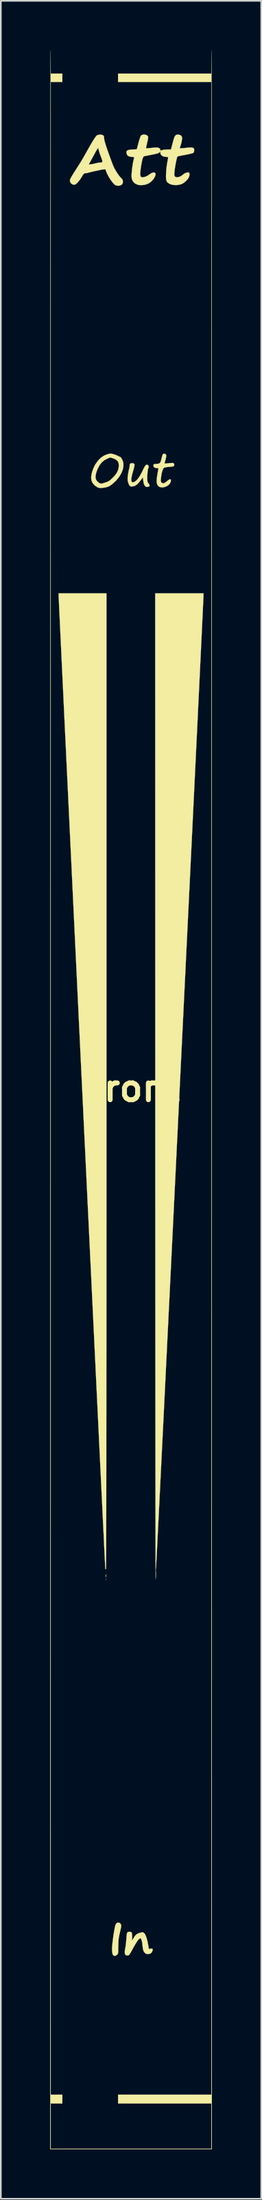
<source format=kicad_pcb>
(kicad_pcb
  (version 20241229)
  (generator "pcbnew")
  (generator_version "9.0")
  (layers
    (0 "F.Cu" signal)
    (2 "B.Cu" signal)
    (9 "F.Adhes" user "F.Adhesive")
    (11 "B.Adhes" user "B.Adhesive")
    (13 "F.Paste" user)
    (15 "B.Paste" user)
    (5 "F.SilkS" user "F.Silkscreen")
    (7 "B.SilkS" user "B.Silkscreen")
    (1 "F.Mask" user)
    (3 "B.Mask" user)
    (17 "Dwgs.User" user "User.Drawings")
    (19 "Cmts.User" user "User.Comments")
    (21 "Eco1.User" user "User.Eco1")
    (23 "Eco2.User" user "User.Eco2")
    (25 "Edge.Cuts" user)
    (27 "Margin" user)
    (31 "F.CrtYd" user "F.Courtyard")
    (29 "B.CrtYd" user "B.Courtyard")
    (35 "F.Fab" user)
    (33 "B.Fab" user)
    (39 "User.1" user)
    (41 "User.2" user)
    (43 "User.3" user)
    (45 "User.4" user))
  (footprint "Front"
    (layer "F.Cu")
    (at 4.916 62.906)
    (property "Reference" "Front" (at 0 0 0) (layer "F.SilkS") (effects (font (size 1.524 1.524) (thickness 0.3))))
    (attr through_hole)
    (fp_poly (pts (xy -1.496 29.76) (xy -1.51 29.774) (xy -1.524 29.76) (xy -1.51 29.746) (xy -1.496 29.76)) (stroke (width 0.01) (type solid)) (fill yes) (layer "F.SilkS"))
    (fp_poly (pts (xy -1.532 29.471) (xy -1.527 29.555) (xy -1.532 29.613) (xy -1.539 29.624) (xy -1.543 29.587) (xy -1.544 29.535) (xy -1.542 29.471) (xy -1.537 29.452) (xy -1.532 29.471)) (stroke (width 0.01) (type solid)) (fill yes) (layer "F.SilkS"))
    (fp_poly (pts (xy -0.703 50.573) (xy -0.637 50.631) (xy -0.618 50.666) (xy -0.604 50.711) (xy -0.6 50.763) (xy -0.607 50.834) (xy -0.627 50.935) (xy -0.657 51.066) (xy -0.7 51.25) (xy -0.731 51.398) (xy -0.752 51.525) (xy -0.765 51.649) (xy -0.773 51.788) (xy -0.776 51.958) (xy -0.777 52.039) (xy -0.779 52.198) (xy -0.782 52.311) (xy -0.788 52.387) (xy -0.798 52.436) (xy -0.815 52.47) (xy -0.84 52.496) (xy -0.858 52.512) (xy -0.95 52.57) (xy -1.029 52.574) (xy -1.091 52.526) (xy -1.116 52.48) (xy -1.138 52.4) (xy -1.152 52.29) (xy -1.157 52.187) (xy -1.153 52.063) (xy -1.14 51.906) (xy -1.121 51.726) (xy -1.097 51.532) (xy -1.069 51.335) (xy -1.039 51.145) (xy -1.008 50.972) (xy -0.979 50.825) (xy -0.952 50.716) (xy -0.93 50.656) (xy -0.866 50.584) (xy -0.785 50.557) (xy -0.703 50.573)) (stroke (width 0.01) (type solid)) (fill yes) (layer "F.SilkS"))
    (fp_poly (pts (xy -0.006 51.13) (xy 0.031 51.156) (xy 0.054 51.214) (xy 0.065 51.321) (xy 0.065 51.429) (xy 0.061 51.655) (xy 0.146 51.506) (xy 0.206 51.412) (xy 0.269 51.329) (xy 0.306 51.29) (xy 0.382 51.241) (xy 0.484 51.196) (xy 0.591 51.163) (xy 0.685 51.148) (xy 0.733 51.152) (xy 0.806 51.204) (xy 0.874 51.31) (xy 0.937 51.47) (xy 0.995 51.681) (xy 1.046 51.941) (xy 1.048 51.952) (xy 1.082 52.158) (xy 1.187 52.14) (xy 1.272 52.136) (xy 1.312 52.162) (xy 1.313 52.226) (xy 1.298 52.282) (xy 1.242 52.386) (xy 1.154 52.446) (xy 1.028 52.465) (xy 1.025 52.465) (xy 0.931 52.455) (xy 0.863 52.416) (xy 0.834 52.388) (xy 0.781 52.319) (xy 0.743 52.238) (xy 0.718 52.132) (xy 0.7 51.988) (xy 0.694 51.922) (xy 0.679 51.794) (xy 0.656 51.677) (xy 0.628 51.582) (xy 0.599 51.521) (xy 0.577 51.506) (xy 0.544 51.52) (xy 0.487 51.557) (xy 0.481 51.561) (xy 0.438 51.602) (xy 0.383 51.674) (xy 0.313 51.782) (xy 0.225 51.929) (xy 0.117 52.12) (xy 0.001 52.331) (xy -0.064 52.444) (xy -0.117 52.513) (xy -0.169 52.545) (xy -0.232 52.548) (xy -0.315 52.531) (xy -0.357 52.492) (xy -0.38 52.411) (xy -0.382 52.296) (xy -0.362 52.159) (xy -0.354 52.125) (xy -0.335 52.024) (xy -0.317 51.886) (xy -0.3 51.728) (xy -0.287 51.571) (xy -0.274 51.399) (xy -0.258 51.268) (xy -0.24 51.183) (xy -0.227 51.155) (xy -0.168 51.121) (xy -0.085 51.112) (xy -0.006 51.13)) (stroke (width 0.01) (type solid)) (fill yes) (layer "F.SilkS"))
    (fp_poly (pts (xy -1.138 -38.447) (xy -1.109 -38.441) (xy -0.992 -38.408) (xy -0.874 -38.363) (xy -0.822 -38.337) (xy -0.744 -38.298) (xy -0.684 -38.273) (xy -0.667 -38.268) (xy -0.627 -38.243) (xy -0.58 -38.177) (xy -0.533 -38.087) (xy -0.493 -37.986) (xy -0.468 -37.889) (xy -0.466 -37.876) (xy -0.466 -37.678) (xy -0.514 -37.467) (xy -0.607 -37.25) (xy -0.74 -37.036) (xy -0.91 -36.831) (xy -1.113 -36.644) (xy -1.19 -36.583) (xy -1.303 -36.506) (xy -1.402 -36.458) (xy -1.512 -36.427) (xy -1.566 -36.416) (xy -1.734 -36.39) (xy -1.861 -36.383) (xy -1.958 -36.394) (xy -2.039 -36.424) (xy -2.049 -36.429) (xy -2.22 -36.548) (xy -2.34 -36.688) (xy -2.408 -36.849) (xy -2.427 -37.01) (xy -2.425 -37.026) (xy -2.161 -37.026) (xy -2.146 -36.933) (xy -2.099 -36.842) (xy -2.026 -36.757) (xy -1.94 -36.689) (xy -1.855 -36.649) (xy -1.789 -36.646) (xy -1.748 -36.659) (xy -1.668 -36.682) (xy -1.568 -36.713) (xy -1.555 -36.716) (xy -1.448 -36.752) (xy -1.362 -36.794) (xy -1.279 -36.852) (xy -1.181 -36.938) (xy -1.158 -36.96) (xy -0.993 -37.13) (xy -0.875 -37.288) (xy -0.797 -37.442) (xy -0.757 -37.584) (xy -0.739 -37.769) (xy -0.764 -37.917) (xy -0.833 -38.034) (xy -0.949 -38.123) (xy -1.092 -38.181) (xy -1.266 -38.234) (xy -1.421 -38.171) (xy -1.616 -38.07) (xy -1.778 -37.937) (xy -1.914 -37.764) (xy -2.03 -37.544) (xy -2.04 -37.521) (xy -2.108 -37.338) (xy -2.149 -37.17) (xy -2.161 -37.026) (xy -2.425 -37.026) (xy -2.411 -37.171) (xy -2.365 -37.359) (xy -2.297 -37.554) (xy -2.212 -37.738) (xy -2.162 -37.826) (xy -1.999 -38.052) (xy -1.824 -38.225) (xy -1.634 -38.349) (xy -1.484 -38.41) (xy -1.371 -38.443) (xy -1.29 -38.459) (xy -1.22 -38.46) (xy -1.138 -38.447)) (stroke (width 0.01) (type solid)) (fill yes) (layer "F.SilkS"))
    (fp_poly (pts (xy 0.16 -37.869) (xy 0.206 -37.813) (xy 0.209 -37.803) (xy 0.208 -37.747) (xy 0.19 -37.649) (xy 0.157 -37.521) (xy 0.131 -37.432) (xy 0.065 -37.201) (xy 0.026 -37.014) (xy 0.013 -36.874) (xy 0.026 -36.782) (xy 0.038 -36.761) (xy 0.07 -36.729) (xy 0.112 -36.725) (xy 0.178 -36.744) (xy 0.29 -36.808) (xy 0.407 -36.928) (xy 0.53 -37.104) (xy 0.658 -37.336) (xy 0.705 -37.433) (xy 0.777 -37.582) (xy 0.832 -37.686) (xy 0.877 -37.751) (xy 0.918 -37.784) (xy 0.96 -37.791) (xy 1.011 -37.779) (xy 1.028 -37.772) (xy 1.058 -37.736) (xy 1.072 -37.672) (xy 1.067 -37.61) (xy 1.048 -37.58) (xy 1.033 -37.545) (xy 1.018 -37.466) (xy 1.004 -37.356) (xy 0.993 -37.229) (xy 0.985 -37.096) (xy 0.983 -36.971) (xy 0.984 -36.915) (xy 0.993 -36.804) (xy 1.011 -36.731) (xy 1.045 -36.676) (xy 1.06 -36.659) (xy 1.112 -36.588) (xy 1.129 -36.524) (xy 1.108 -36.483) (xy 1.108 -36.482) (xy 1.067 -36.468) (xy 1 -36.451) (xy 0.998 -36.451) (xy 0.93 -36.445) (xy 0.88 -36.473) (xy 0.849 -36.509) (xy 0.812 -36.562) (xy 0.786 -36.617) (xy 0.766 -36.689) (xy 0.749 -36.794) (xy 0.74 -36.865) (xy 0.72 -37.027) (xy 0.564 -36.824) (xy 0.446 -36.68) (xy 0.342 -36.581) (xy 0.241 -36.518) (xy 0.134 -36.484) (xy 0.117 -36.481) (xy 0.011 -36.473) (xy -0.059 -36.495) (xy -0.108 -36.552) (xy -0.125 -36.586) (xy -0.176 -36.713) (xy -0.203 -36.83) (xy -0.21 -36.957) (xy -0.197 -37.112) (xy -0.186 -37.189) (xy -0.165 -37.318) (xy -0.143 -37.433) (xy -0.123 -37.518) (xy -0.115 -37.545) (xy -0.094 -37.628) (xy -0.085 -37.724) (xy -0.085 -37.736) (xy -0.078 -37.813) (xy -0.053 -37.854) (xy -0.012 -37.875) (xy 0.082 -37.891) (xy 0.16 -37.869)) (stroke (width 0.01) (type solid)) (fill yes) (layer "F.SilkS"))
    (fp_poly (pts (xy 2.09 -38.438) (xy 2.124 -38.406) (xy 2.139 -38.354) (xy 2.133 -38.272) (xy 2.108 -38.152) (xy 2.076 -38.033) (xy 2.052 -37.946) (xy 2.039 -37.883) (xy 2.037 -37.862) (xy 2.067 -37.862) (xy 2.14 -37.867) (xy 2.242 -37.878) (xy 2.29 -37.883) (xy 2.433 -37.897) (xy 2.529 -37.898) (xy 2.587 -37.884) (xy 2.616 -37.853) (xy 2.625 -37.803) (xy 2.625 -37.794) (xy 2.62 -37.749) (xy 2.6 -37.716) (xy 2.557 -37.694) (xy 2.48 -37.678) (xy 2.361 -37.666) (xy 2.266 -37.658) (xy 2.124 -37.642) (xy 2.031 -37.619) (xy 1.981 -37.591) (xy 1.94 -37.527) (xy 1.9 -37.418) (xy 1.864 -37.274) (xy 1.834 -37.108) (xy 1.819 -36.977) (xy 1.81 -36.866) (xy 1.812 -36.795) (xy 1.826 -36.748) (xy 1.849 -36.716) (xy 1.919 -36.669) (xy 1.999 -36.672) (xy 2.096 -36.725) (xy 2.133 -36.755) (xy 2.252 -36.85) (xy 2.338 -36.902) (xy 2.393 -36.91) (xy 2.419 -36.877) (xy 2.419 -36.801) (xy 2.419 -36.795) (xy 2.377 -36.678) (xy 2.292 -36.576) (xy 2.176 -36.494) (xy 2.043 -36.439) (xy 1.905 -36.417) (xy 1.774 -36.433) (xy 1.723 -36.455) (xy 1.646 -36.512) (xy 1.593 -36.594) (xy 1.564 -36.706) (xy 1.559 -36.853) (xy 1.576 -37.042) (xy 1.608 -37.241) (xy 1.631 -37.367) (xy 1.649 -37.473) (xy 1.661 -37.545) (xy 1.665 -37.571) (xy 1.64 -37.584) (xy 1.578 -37.592) (xy 1.554 -37.592) (xy 1.447 -37.61) (xy 1.38 -37.661) (xy 1.359 -37.742) (xy 1.36 -37.758) (xy 1.369 -37.799) (xy 1.392 -37.822) (xy 1.444 -37.834) (xy 1.538 -37.84) (xy 1.542 -37.84) (xy 1.66 -37.853) (xy 1.737 -37.884) (xy 1.786 -37.945) (xy 1.822 -38.048) (xy 1.832 -38.086) (xy 1.868 -38.231) (xy 1.895 -38.331) (xy 1.917 -38.394) (xy 1.939 -38.43) (xy 1.962 -38.448) (xy 1.975 -38.453) (xy 2.043 -38.454) (xy 2.09 -38.438)) (stroke (width 0.01) (type solid)) (fill yes) (layer "F.SilkS"))
    (fp_poly (pts (xy -1.496 -0.439) (xy -1.496 1.35) (xy -1.496 3.083) (xy -1.496 4.76) (xy -1.496 6.38) (xy -1.496 7.944) (xy -1.497 9.452) (xy -1.497 10.904) (xy -1.497 12.3) (xy -1.498 13.639) (xy -1.498 14.923) (xy -1.499 16.151) (xy -1.5 17.323) (xy -1.5 18.439) (xy -1.501 19.5) (xy -1.502 20.505) (xy -1.503 21.454) (xy -1.503 22.348) (xy -1.504 23.186) (xy -1.505 23.969) (xy -1.506 24.696) (xy -1.507 25.369) (xy -1.509 25.985) (xy -1.51 26.547) (xy -1.511 27.053) (xy -1.512 27.505) (xy -1.514 27.901) (xy -1.515 28.242) (xy -1.517 28.528) (xy -1.518 28.76) (xy -1.52 28.936) (xy -1.521 29.058) (xy -1.523 29.125) (xy -1.524 29.14) (xy -1.556 29.135) (xy -1.564 29.12) (xy -1.566 29.091) (xy -1.57 29.006) (xy -1.577 28.868) (xy -1.587 28.678) (xy -1.599 28.437) (xy -1.613 28.147) (xy -1.63 27.81) (xy -1.648 27.425) (xy -1.669 26.996) (xy -1.692 26.523) (xy -1.717 26.008) (xy -1.744 25.453) (xy -1.773 24.858) (xy -1.804 24.225) (xy -1.836 23.556) (xy -1.871 22.852) (xy -1.906 22.114) (xy -1.944 21.344) (xy -1.982 20.543) (xy -2.022 19.713) (xy -2.064 18.855) (xy -2.107 17.971) (xy -2.151 17.061) (xy -2.196 16.128) (xy -2.242 15.173) (xy -2.289 14.197) (xy -2.337 13.201) (xy -2.386 12.188) (xy -2.435 11.158) (xy -2.486 10.113) (xy -2.537 9.055) (xy -2.588 7.984) (xy -2.641 6.902) (xy -2.693 5.811) (xy -2.746 4.713) (xy -2.799 3.607) (xy -2.853 2.497) (xy -2.906 1.382) (xy -2.96 0.266) (xy -3.014 -0.852) (xy -3.068 -1.968) (xy -3.121 -3.083) (xy -3.175 -4.194) (xy -3.228 -5.301) (xy -3.281 -6.401) (xy -3.333 -7.493) (xy -3.385 -8.576) (xy -3.437 -9.649) (xy -3.488 -10.71) (xy -3.538 -11.757) (xy -3.588 -12.79) (xy -3.636 -13.806) (xy -3.684 -14.804) (xy -3.731 -15.784) (xy -3.777 -16.743) (xy -3.822 -17.68) (xy -3.866 -18.593) (xy -3.909 -19.482) (xy -3.95 -20.345) (xy -3.99 -21.179) (xy -4.029 -21.985) (xy -4.066 -22.761) (xy -4.101 -23.504) (xy -4.135 -24.214) (xy -4.167 -24.889) (xy -4.198 -25.528) (xy -4.227 -26.13) (xy -4.253 -26.692) (xy -4.278 -27.214) (xy -4.301 -27.694) (xy -4.322 -28.131) (xy -4.34 -28.523) (xy -4.356 -28.868) (xy -4.371 -29.167) (xy -4.382 -29.416) (xy -4.391 -29.614) (xy -4.398 -29.761) (xy -4.402 -29.855) (xy -4.404 -29.894) (xy -4.404 -29.894) (xy -4.403 -30) (xy -1.496 -30) (xy -1.496 -0.439)) (stroke (width 0.01) (type solid)) (fill yes) (layer "F.SilkS"))
    (fp_poly (pts (xy -1.799 -57.792) (xy -1.704 -57.758) (xy -1.7 -57.755) (xy -1.659 -57.714) (xy -1.641 -57.653) (xy -1.637 -57.573) (xy -1.63 -57.507) (xy -1.61 -57.413) (xy -1.574 -57.285) (xy -1.522 -57.119) (xy -1.451 -56.908) (xy -1.4 -56.764) (xy -1.33 -56.566) (xy -1.26 -56.373) (xy -1.194 -56.195) (xy -1.137 -56.044) (xy -1.092 -55.929) (xy -1.072 -55.88) (xy -1.006 -55.744) (xy -0.921 -55.595) (xy -0.825 -55.445) (xy -0.728 -55.309) (xy -0.639 -55.199) (xy -0.585 -55.145) (xy -0.527 -55.082) (xy -0.502 -55.009) (xy -0.498 -54.952) (xy -0.503 -54.864) (xy -0.532 -54.803) (xy -0.573 -54.762) (xy -0.678 -54.708) (xy -0.806 -54.698) (xy -0.944 -54.733) (xy -0.949 -54.735) (xy -1.018 -54.785) (xy -1.103 -54.875) (xy -1.196 -54.996) (xy -1.291 -55.136) (xy -1.38 -55.286) (xy -1.457 -55.434) (xy -1.509 -55.559) (xy -1.561 -55.704) (xy -1.677 -55.691) (xy -1.751 -55.68) (xy -1.867 -55.657) (xy -2.009 -55.628) (xy -2.164 -55.594) (xy -2.317 -55.56) (xy -2.454 -55.527) (xy -2.562 -55.5) (xy -2.613 -55.485) (xy -2.704 -55.464) (xy -2.782 -55.457) (xy -2.824 -55.452) (xy -2.862 -55.43) (xy -2.903 -55.384) (xy -2.957 -55.303) (xy -3.003 -55.227) (xy -3.114 -55.057) (xy -3.224 -54.919) (xy -3.326 -54.82) (xy -3.414 -54.767) (xy -3.428 -54.763) (xy -3.521 -54.766) (xy -3.611 -54.812) (xy -3.681 -54.889) (xy -3.708 -54.953) (xy -3.717 -55.007) (xy -3.712 -55.059) (xy -3.688 -55.123) (xy -3.639 -55.213) (xy -3.612 -55.262) (xy -3.55 -55.365) (xy -3.467 -55.499) (xy -3.372 -55.648) (xy -3.277 -55.796) (xy -3.258 -55.824) (xy -3.155 -55.985) (xy -3.15 -55.993) (xy -2.57 -55.993) (xy -2.489 -55.993) (xy -2.423 -56) (xy -2.322 -56.018) (xy -2.207 -56.044) (xy -2.187 -56.049) (xy -2.07 -56.077) (xy -1.964 -56.097) (xy -1.887 -56.106) (xy -1.879 -56.106) (xy -1.806 -56.11) (xy -1.76 -56.125) (xy -1.742 -56.161) (xy -1.748 -56.224) (xy -1.78 -56.324) (xy -1.829 -56.454) (xy -1.878 -56.586) (xy -1.921 -56.71) (xy -1.951 -56.81) (xy -1.964 -56.859) (xy -1.98 -56.935) (xy -1.994 -56.985) (xy -1.997 -56.991) (xy -2.015 -56.977) (xy -2.053 -56.922) (xy -2.107 -56.834) (xy -2.171 -56.721) (xy -2.178 -56.708) (xy -2.256 -56.565) (xy -2.338 -56.415) (xy -2.412 -56.28) (xy -2.457 -56.197) (xy -2.57 -55.993) (xy -3.15 -55.993) (xy -3.043 -56.165) (xy -2.936 -56.343) (xy -2.848 -56.497) (xy -2.845 -56.501) (xy -2.68 -56.795) (xy -2.539 -57.043) (xy -2.42 -57.248) (xy -2.321 -57.414) (xy -2.239 -57.543) (xy -2.172 -57.639) (xy -2.119 -57.707) (xy -2.077 -57.749) (xy -2.046 -57.767) (xy -1.92 -57.795) (xy -1.799 -57.792)) (stroke (width 0.01) (type solid)) (fill yes) (layer "F.SilkS"))
    (fp_poly (pts (xy 4.404 -29.909) (xy 4.403 -29.868) (xy 4.399 -29.773) (xy 4.392 -29.624) (xy 4.383 -29.424) (xy 4.372 -29.173) (xy 4.358 -28.874) (xy 4.341 -28.526) (xy 4.323 -28.133) (xy 4.302 -27.695) (xy 4.279 -27.213) (xy 4.254 -26.69) (xy 4.227 -26.127) (xy 4.198 -25.524) (xy 4.167 -24.884) (xy 4.135 -24.207) (xy 4.1 -23.496) (xy 4.064 -22.752) (xy 4.027 -21.976) (xy 3.988 -21.169) (xy 3.947 -20.333) (xy 3.905 -19.47) (xy 3.862 -18.58) (xy 3.818 -17.666) (xy 3.772 -16.728) (xy 3.726 -15.769) (xy 3.678 -14.789) (xy 3.629 -13.79) (xy 3.58 -12.773) (xy 3.529 -11.741) (xy 3.478 -10.693) (xy 3.426 -9.632) (xy 3.374 -8.559) (xy 3.321 -7.476) (xy 3.268 -6.383) (xy 3.214 -5.283) (xy 3.16 -4.177) (xy 3.106 -3.066) (xy 3.051 -1.951) (xy 2.996 -0.835) (xy 2.942 0.282) (xy 2.887 1.398) (xy 2.833 2.512) (xy 2.778 3.622) (xy 2.724 4.727) (xy 2.67 5.825) (xy 2.617 6.915) (xy 2.564 7.996) (xy 2.511 9.066) (xy 2.459 10.124) (xy 2.408 11.167) (xy 2.357 12.196) (xy 2.307 13.208) (xy 2.258 14.202) (xy 2.21 15.177) (xy 2.163 16.131) (xy 2.117 17.062) (xy 2.073 17.97) (xy 2.029 18.853) (xy 1.987 19.709) (xy 1.946 20.537) (xy 1.906 21.336) (xy 1.868 22.104) (xy 1.832 22.839) (xy 1.797 23.541) (xy 1.764 24.208) (xy 1.732 24.839) (xy 1.703 25.431) (xy 1.675 25.984) (xy 1.649 26.496) (xy 1.626 26.966) (xy 1.604 27.393) (xy 1.585 27.774) (xy 1.568 28.109) (xy 1.553 28.395) (xy 1.541 28.633) (xy 1.531 28.819) (xy 1.524 28.954) (xy 1.519 29.035) (xy 1.517 29.06) (xy 1.503 29.124) (xy 1.499 29.217) (xy 1.503 29.272) (xy 1.507 29.365) (xy 1.507 29.493) (xy 1.503 29.639) (xy 1.497 29.732) (xy 1.496 29.718) (xy 1.496 29.648) (xy 1.495 29.524) (xy 1.494 29.347) (xy 1.493 29.118) (xy 1.492 28.838) (xy 1.491 28.509) (xy 1.49 28.131) (xy 1.489 27.706) (xy 1.488 27.235) (xy 1.488 26.719) (xy 1.487 26.159) (xy 1.486 25.556) (xy 1.485 24.912) (xy 1.484 24.227) (xy 1.484 23.503) (xy 1.483 22.741) (xy 1.482 21.942) (xy 1.481 21.107) (xy 1.481 20.237) (xy 1.48 19.333) (xy 1.479 18.397) (xy 1.479 17.43) (xy 1.478 16.433) (xy 1.477 15.406) (xy 1.477 14.352) (xy 1.476 13.271) (xy 1.476 12.164) (xy 1.475 11.033) (xy 1.475 9.879) (xy 1.474 8.702) (xy 1.474 7.505) (xy 1.473 6.287) (xy 1.473 5.051) (xy 1.473 3.797) (xy 1.473 2.527) (xy 1.472 1.241) (xy 1.472 0.021) (xy 1.468 -30) (xy 4.403 -30) (xy 4.404 -29.909)) (stroke (width 0.01) (type solid)) (fill yes) (layer "F.SilkS"))
    (fp_poly (pts (xy -4.89 -62.886) (xy -4.882 -61.496) (xy -4.177 -61.496) (xy -4.177 -60.988) (xy -4.882 -60.988) (xy -4.882 60.988) (xy -4.177 60.988) (xy -4.177 61.524) (xy -4.882 61.524) (xy -4.882 64.262) (xy 4.882 64.262) (xy 4.882 61.524) (xy -0.79 61.524) (xy -0.79 60.988) (xy 4.882 60.988) (xy 4.882 -60.988) (xy -0.79 -60.988) (xy -0.79 -61.496) (xy 4.882 -61.496) (xy 4.89 -62.886) (xy 4.89 -62.899) (xy 4.89 -62.857) (xy 4.89 -62.759) (xy 4.89 -62.608) (xy 4.891 -62.403) (xy 4.891 -62.145) (xy 4.891 -61.836) (xy 4.891 -61.476) (xy 4.892 -61.065) (xy 4.892 -60.605) (xy 4.892 -60.096) (xy 4.892 -59.539) (xy 4.893 -58.935) (xy 4.893 -58.284) (xy 4.893 -57.588) (xy 4.894 -56.846) (xy 4.894 -56.061) (xy 4.894 -55.232) (xy 4.894 -54.361) (xy 4.895 -53.448) (xy 4.895 -52.494) (xy 4.895 -51.499) (xy 4.896 -50.465) (xy 4.896 -49.392) (xy 4.896 -48.281) (xy 4.896 -47.133) (xy 4.897 -45.949) (xy 4.897 -44.729) (xy 4.897 -43.474) (xy 4.897 -42.185) (xy 4.898 -40.862) (xy 4.898 -39.507) (xy 4.898 -38.12) (xy 4.899 -36.702) (xy 4.899 -35.253) (xy 4.899 -33.775) (xy 4.899 -32.269) (xy 4.9 -30.734) (xy 4.9 -29.172) (xy 4.9 -27.584) (xy 4.9 -25.97) (xy 4.901 -24.331) (xy 4.901 -22.668) (xy 4.901 -20.981) (xy 4.901 -19.272) (xy 4.902 -17.542) (xy 4.902 -15.79) (xy 4.902 -14.017) (xy 4.902 -12.225) (xy 4.903 -10.415) (xy 4.903 -8.586) (xy 4.903 -6.741) (xy 4.903 -4.878) (xy 4.904 -3) (xy 4.904 -1.108) (xy 4.904 0.007) (xy 4.911 64.29) (xy -4.911 64.29) (xy -4.904 0.007) (xy -4.904 -1.894) (xy -4.903 -3.781) (xy -4.903 -5.652) (xy -4.903 -7.508) (xy -4.903 -9.347) (xy -4.903 -11.168) (xy -4.902 -12.971) (xy -4.902 -14.754) (xy -4.902 -16.518) (xy -4.902 -18.262) (xy -4.901 -19.984) (xy -4.901 -21.683) (xy -4.901 -23.36) (xy -4.901 -25.013) (xy -4.9 -26.642) (xy -4.9 -28.246) (xy -4.9 -29.823) (xy -4.9 -31.374) (xy -4.899 -32.897) (xy -4.899 -34.392) (xy -4.899 -35.857) (xy -4.898 -37.293) (xy -4.898 -38.699) (xy -4.898 -40.073) (xy -4.898 -41.414) (xy -4.897 -42.723) (xy -4.897 -43.998) (xy -4.897 -45.239) (xy -4.897 -46.444) (xy -4.896 -47.614) (xy -4.896 -48.747) (xy -4.896 -49.842) (xy -4.895 -50.898) (xy -4.895 -51.916) (xy -4.895 -52.894) (xy -4.895 -53.831) (xy -4.894 -54.727) (xy -4.894 -55.581) (xy -4.894 -56.392) (xy -4.893 -57.159) (xy -4.893 -57.882) (xy -4.893 -58.559) (xy -4.893 -59.191) (xy -4.892 -59.775) (xy -4.892 -60.313) (xy -4.892 -60.801) (xy -4.892 -61.241) (xy -4.891 -61.631) (xy -4.891 -61.971) (xy -4.891 -62.259) (xy -4.891 -62.494) (xy -4.89 -62.677) (xy -4.89 -62.806) (xy -4.89 -62.881) (xy -4.89 -62.901) (xy -4.89 -62.886)) (stroke (width 0.01) (type solid)) (fill yes) (layer "F.SilkS"))
    (fp_poly (pts (xy 0.882 -57.791) (xy 0.968 -57.753) (xy 0.982 -57.742) (xy 1.013 -57.71) (xy 1.032 -57.677) (xy 1.039 -57.633) (xy 1.034 -57.567) (xy 1.016 -57.469) (xy 0.985 -57.33) (xy 0.974 -57.279) (xy 0.946 -57.156) (xy 0.925 -57.055) (xy 0.913 -56.987) (xy 0.911 -56.965) (xy 0.939 -56.966) (xy 1.013 -56.972) (xy 1.121 -56.981) (xy 1.252 -56.994) (xy 1.255 -56.995) (xy 1.407 -57.009) (xy 1.516 -57.015) (xy 1.592 -57.013) (xy 1.649 -57.003) (xy 1.685 -56.99) (xy 1.754 -56.948) (xy 1.778 -56.894) (xy 1.778 -56.885) (xy 1.781 -56.843) (xy 1.801 -56.831) (xy 1.853 -56.845) (xy 1.884 -56.856) (xy 1.965 -56.875) (xy 2.079 -56.889) (xy 2.202 -56.895) (xy 2.207 -56.895) (xy 2.424 -56.896) (xy 2.452 -56.994) (xy 2.47 -57.063) (xy 2.498 -57.17) (xy 2.532 -57.298) (xy 2.556 -57.388) (xy 2.601 -57.55) (xy 2.644 -57.664) (xy 2.689 -57.738) (xy 2.743 -57.779) (xy 2.812 -57.797) (xy 2.861 -57.799) (xy 2.975 -57.778) (xy 3.058 -57.72) (xy 3.101 -57.633) (xy 3.104 -57.594) (xy 3.096 -57.495) (xy 3.073 -57.367) (xy 3.041 -57.234) (xy 3.006 -57.12) (xy 3.004 -57.114) (xy 2.978 -57.041) (xy 2.964 -56.991) (xy 2.963 -56.984) (xy 2.981 -56.973) (xy 3.036 -56.97) (xy 3.134 -56.975) (xy 3.278 -56.988) (xy 3.465 -57.008) (xy 3.624 -57.018) (xy 3.735 -57.006) (xy 3.754 -57) (xy 3.809 -56.972) (xy 3.833 -56.931) (xy 3.838 -56.856) (xy 3.838 -56.852) (xy 3.823 -56.747) (xy 3.789 -56.694) (xy 3.745 -56.674) (xy 3.656 -56.649) (xy 3.533 -56.619) (xy 3.387 -56.589) (xy 3.297 -56.572) (xy 3.144 -56.544) (xy 3.01 -56.517) (xy 2.905 -56.495) (xy 2.839 -56.479) (xy 2.822 -56.473) (xy 2.805 -56.438) (xy 2.781 -56.358) (xy 2.754 -56.243) (xy 2.726 -56.105) (xy 2.698 -55.954) (xy 2.672 -55.8) (xy 2.651 -55.654) (xy 2.637 -55.527) (xy 2.635 -55.513) (xy 2.628 -55.402) (xy 2.629 -55.332) (xy 2.642 -55.289) (xy 2.669 -55.256) (xy 2.676 -55.25) (xy 2.75 -55.217) (xy 2.852 -55.218) (xy 2.964 -55.248) (xy 3.07 -55.305) (xy 3.131 -55.356) (xy 3.213 -55.421) (xy 3.314 -55.472) (xy 3.415 -55.504) (xy 3.497 -55.508) (xy 3.513 -55.503) (xy 3.546 -55.463) (xy 3.555 -55.386) (xy 3.54 -55.289) (xy 3.516 -55.217) (xy 3.452 -55.111) (xy 3.352 -54.999) (xy 3.232 -54.896) (xy 3.109 -54.818) (xy 3.087 -54.807) (xy 2.924 -54.757) (xy 2.741 -54.737) (xy 2.559 -54.748) (xy 2.397 -54.79) (xy 2.356 -54.809) (xy 2.264 -54.862) (xy 2.198 -54.92) (xy 2.155 -54.992) (xy 2.132 -55.089) (xy 2.123 -55.221) (xy 2.126 -55.397) (xy 2.128 -55.428) (xy 2.138 -55.606) (xy 2.154 -55.777) (xy 2.178 -55.957) (xy 2.212 -56.162) (xy 2.249 -56.367) (xy 2.254 -56.419) (xy 2.231 -56.441) (xy 2.169 -56.445) (xy 2.01 -56.462) (xy 1.889 -56.511) (xy 1.81 -56.588) (xy 1.778 -56.692) (xy 1.778 -56.708) (xy 1.778 -56.789) (xy 1.726 -56.725) (xy 1.695 -56.697) (xy 1.647 -56.672) (xy 1.571 -56.648) (xy 1.459 -56.621) (xy 1.302 -56.588) (xy 1.267 -56.582) (xy 1.118 -56.552) (xy 0.986 -56.526) (xy 0.881 -56.505) (xy 0.815 -56.491) (xy 0.803 -56.489) (xy 0.767 -56.47) (xy 0.736 -56.427) (xy 0.706 -56.355) (xy 0.677 -56.246) (xy 0.646 -56.094) (xy 0.61 -55.893) (xy 0.609 -55.887) (xy 0.576 -55.661) (xy 0.561 -55.486) (xy 0.562 -55.356) (xy 0.582 -55.27) (xy 0.611 -55.228) (xy 0.672 -55.209) (xy 0.764 -55.217) (xy 0.873 -55.247) (xy 0.982 -55.294) (xy 1.076 -55.355) (xy 1.085 -55.362) (xy 1.174 -55.426) (xy 1.269 -55.477) (xy 1.305 -55.49) (xy 1.399 -55.504) (xy 1.459 -55.482) (xy 1.487 -55.431) (xy 1.486 -55.357) (xy 1.458 -55.268) (xy 1.407 -55.17) (xy 1.335 -55.069) (xy 1.245 -54.973) (xy 1.14 -54.887) (xy 1.028 -54.822) (xy 0.865 -54.765) (xy 0.685 -54.737) (xy 0.511 -54.739) (xy 0.408 -54.759) (xy 0.247 -54.833) (xy 0.129 -54.943) (xy 0.055 -55.086) (xy 0.028 -55.258) (xy 0.028 -55.265) (xy 0.036 -55.442) (xy 0.055 -55.653) (xy 0.084 -55.878) (xy 0.12 -56.097) (xy 0.16 -56.291) (xy 0.187 -56.395) (xy 0.187 -56.428) (xy 0.152 -56.442) (xy 0.097 -56.444) (xy -0.055 -56.459) (xy -0.17 -56.501) (xy -0.24 -56.567) (xy -0.253 -56.594) (xy -0.281 -56.7) (xy -0.279 -56.777) (xy -0.239 -56.831) (xy -0.157 -56.866) (xy -0.028 -56.886) (xy 0.071 -56.894) (xy 0.348 -56.91) (xy 0.452 -57.298) (xy 0.493 -57.443) (xy 0.534 -57.572) (xy 0.571 -57.672) (xy 0.6 -57.734) (xy 0.607 -57.743) (xy 0.679 -57.785) (xy 0.778 -57.801) (xy 0.882 -57.791)) (stroke (width 0.01) (type solid)) (fill yes) (layer "F.SilkS")))
  (gr_rect
    (start -3 -3)
    (end 12.831 130.201)
    (stroke (width 0.1) (type default))
    (fill no)
    (layer "Edge.Cuts")))
</source>
